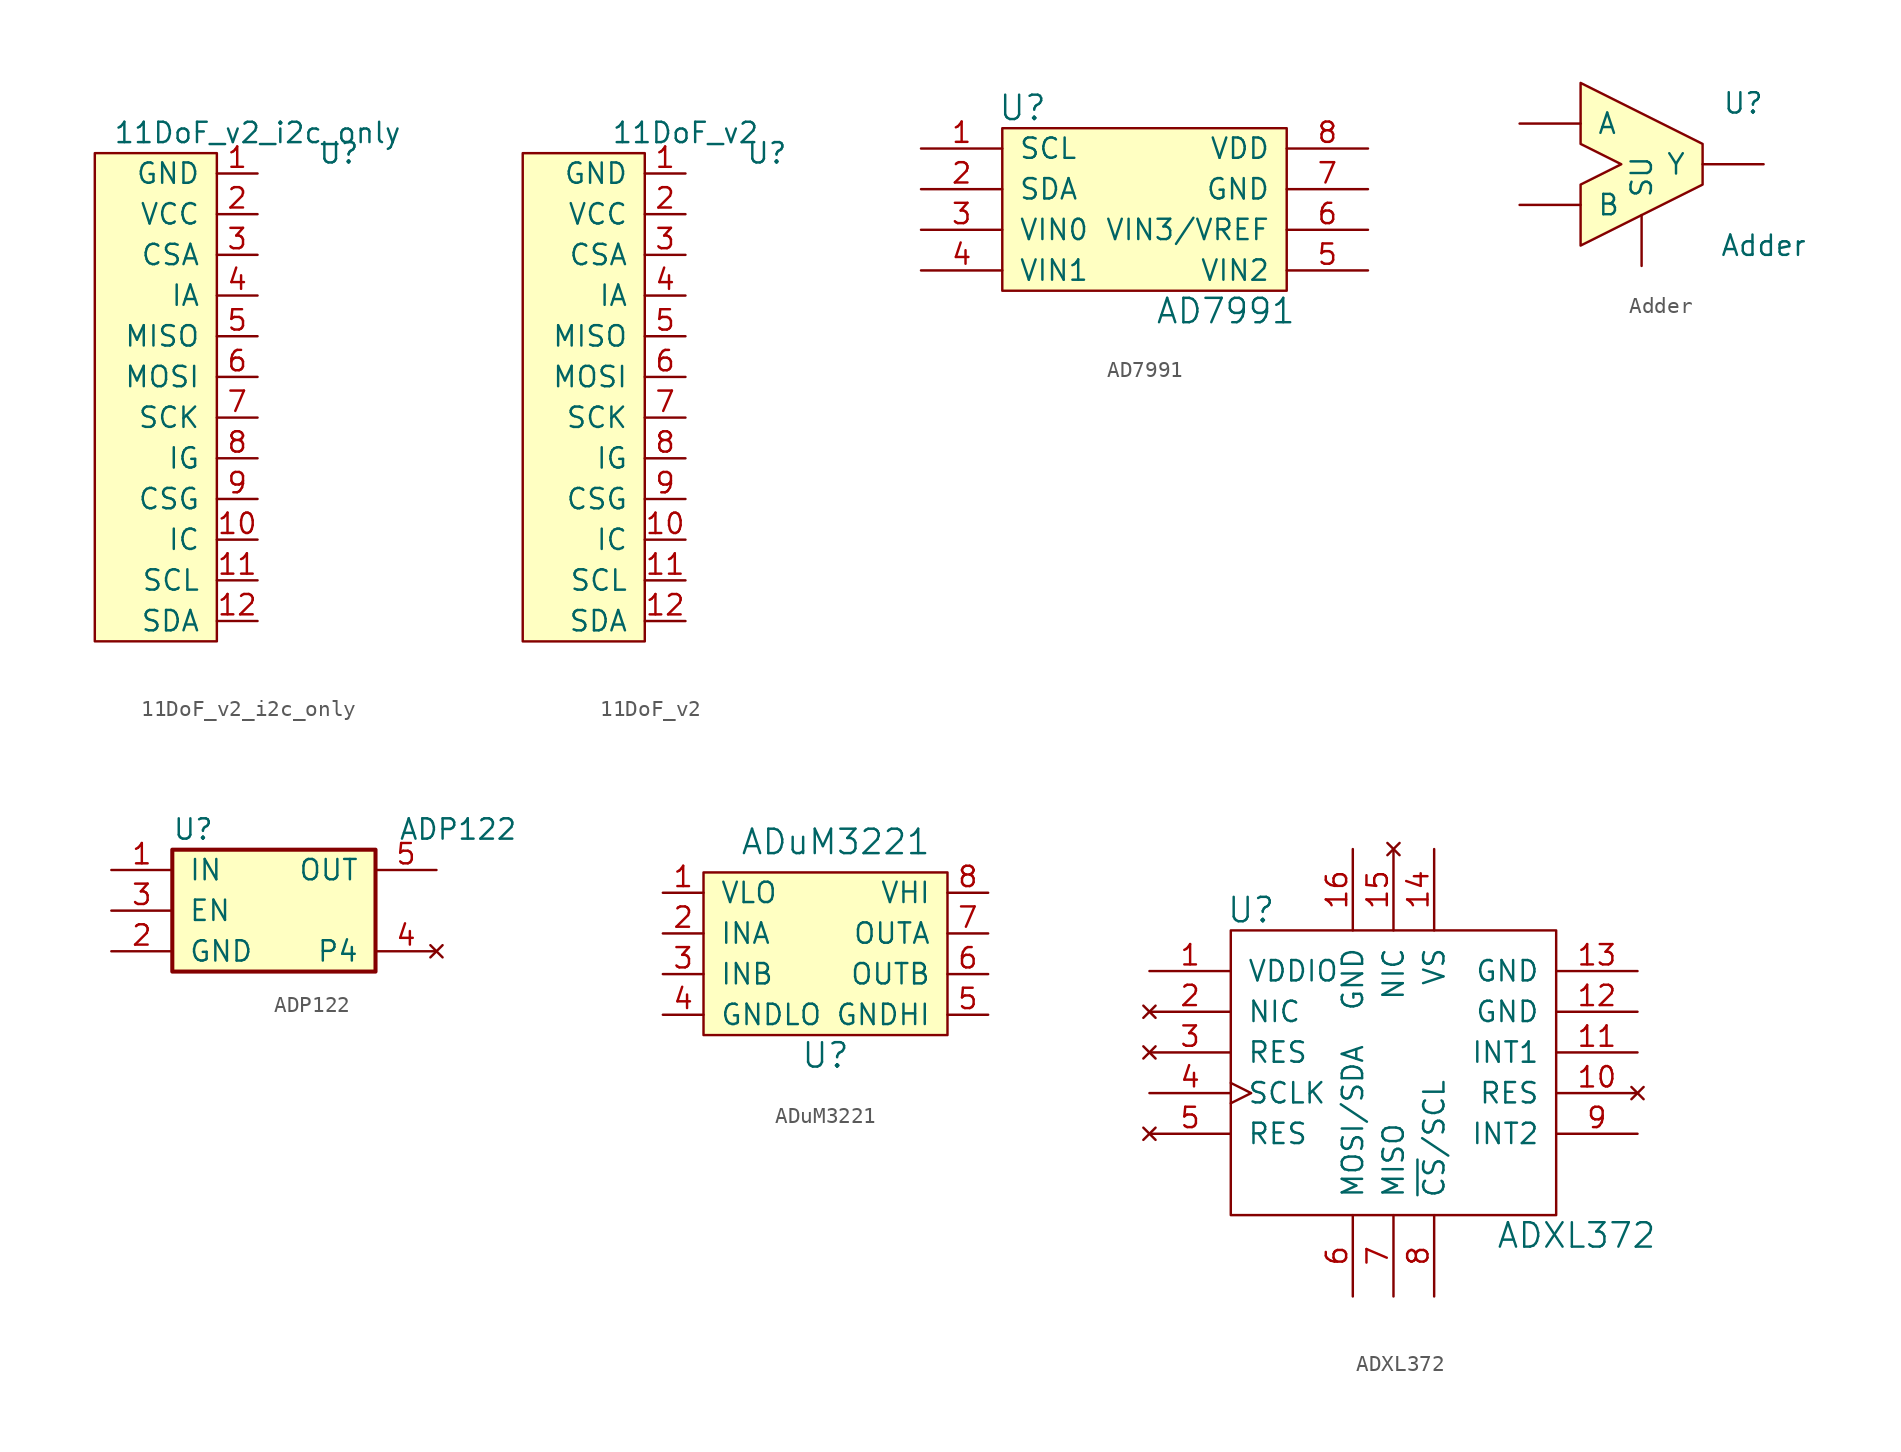
<source format=kicad_sym>
(kicad_symbol_lib
  (version 20211014)
  (generator kicad_symbol_editor)
  (symbol "11DoF_v2_i2c_only"
    (pin_names
      (offset 1.016))
    (property "Reference" "U"
      (at 5.08 1.27 0)
      (effects (font (size 1.27 1.27))))
    (property "Value" "11DoF_v2_i2c_only"
      (at 0 2.54 0)
      (effects (font (size 1.27 1.27))))
    (symbol "11DoF_v2_i2c_only_0_1"
      (rectangle (start -2.54 1.27) (end -10.16 -29.21) (stroke (width 0) (type default) (color 0 0 0 0)) (fill (type background))))
    (symbol "11DoF_v2_i2c_only_1_1"
      (pin power_in line (at 0 0 180) (length 2.54) (name "GND" (effects (font (size 1.27 1.27)))) (number "1" (effects (font (size 1.27 1.27)))))
      (pin output line (at 0 -22.86 180) (length 2.54) (name "IC" (effects (font (size 1.27 1.27)))) (number "10" (effects (font (size 1.27 1.27)))))
      (pin open_collector line (at 0 -25.4 180) (length 2.54) (name "SCL" (effects (font (size 1.27 1.27)))) (number "11" (effects (font (size 1.27 1.27)))))
      (pin open_collector line (at 0 -27.94 180) (length 2.54) (name "SDA" (effects (font (size 1.27 1.27)))) (number "12" (effects (font (size 1.27 1.27)))))
      (pin power_in line (at 0 -2.54 180) (length 2.54) (name "VCC" (effects (font (size 1.27 1.27)))) (number "2" (effects (font (size 1.27 1.27)))))
      (pin passive line (at 0 -5.08 180) (length 2.54) (name "CSA" (effects (font (size 1.27 1.27)))) (number "3" (effects (font (size 1.27 1.27)))))
      (pin passive line (at 0 -7.62 180) (length 2.54) (name "IA" (effects (font (size 1.27 1.27)))) (number "4" (effects (font (size 1.27 1.27)))))
      (pin passive line (at 0 -10.16 180) (length 2.54) (name "MISO" (effects (font (size 1.27 1.27)))) (number "5" (effects (font (size 1.27 1.27)))))
      (pin passive line (at 0 -12.7 180) (length 2.54) (name "MOSI" (effects (font (size 1.27 1.27)))) (number "6" (effects (font (size 1.27 1.27)))))
      (pin passive line (at 0 -15.24 180) (length 2.54) (name "SCK" (effects (font (size 1.27 1.27)))) (number "7" (effects (font (size 1.27 1.27)))))
      (pin passive line (at 0 -17.78 180) (length 2.54) (name "IG" (effects (font (size 1.27 1.27)))) (number "8" (effects (font (size 1.27 1.27)))))
      (pin passive line (at 0 -20.32 180) (length 2.54) (name "CSG" (effects (font (size 1.27 1.27)))) (number "9" (effects (font (size 1.27 1.27)))))))
  (symbol "11DoF_v2"
    (pin_names
      (offset 1.016))
    (property "Reference" "U"
      (at 5.08 1.27 0)
      (effects (font (size 1.27 1.27))))
    (property "Value" "11DoF_v2"
      (at 0 2.54 0)
      (effects (font (size 1.27 1.27))))
    (symbol "11DoF_v2_0_1"
      (rectangle (start -2.54 1.27) (end -10.16 -29.21) (stroke (width 0) (type default) (color 0 0 0 0)) (fill (type background))))
    (symbol "11DoF_v2_1_1"
      (pin power_in line (at 0 0 180) (length 2.54) (name "GND" (effects (font (size 1.27 1.27)))) (number "1" (effects (font (size 1.27 1.27)))))
      (pin output line (at 0 -22.86 180) (length 2.54) (name "IC" (effects (font (size 1.27 1.27)))) (number "10" (effects (font (size 1.27 1.27)))))
      (pin open_collector line (at 0 -25.4 180) (length 2.54) (name "SCL" (effects (font (size 1.27 1.27)))) (number "11" (effects (font (size 1.27 1.27)))))
      (pin open_collector line (at 0 -27.94 180) (length 2.54) (name "SDA" (effects (font (size 1.27 1.27)))) (number "12" (effects (font (size 1.27 1.27)))))
      (pin power_in line (at 0 -2.54 180) (length 2.54) (name "VCC" (effects (font (size 1.27 1.27)))) (number "2" (effects (font (size 1.27 1.27)))))
      (pin input line (at 0 -5.08 180) (length 2.54) (name "CSA" (effects (font (size 1.27 1.27)))) (number "3" (effects (font (size 1.27 1.27)))))
      (pin output line (at 0 -7.62 180) (length 2.54) (name "IA" (effects (font (size 1.27 1.27)))) (number "4" (effects (font (size 1.27 1.27)))))
      (pin output line (at 0 -10.16 180) (length 2.54) (name "MISO" (effects (font (size 1.27 1.27)))) (number "5" (effects (font (size 1.27 1.27)))))
      (pin input line (at 0 -12.7 180) (length 2.54) (name "MOSI" (effects (font (size 1.27 1.27)))) (number "6" (effects (font (size 1.27 1.27)))))
      (pin input line (at 0 -15.24 180) (length 2.54) (name "SCK" (effects (font (size 1.27 1.27)))) (number "7" (effects (font (size 1.27 1.27)))))
      (pin output line (at 0 -17.78 180) (length 2.54) (name "IG" (effects (font (size 1.27 1.27)))) (number "8" (effects (font (size 1.27 1.27)))))
      (pin input line (at 0 -20.32 180) (length 2.54) (name "CSG" (effects (font (size 1.27 1.27)))) (number "9" (effects (font (size 1.27 1.27)))))))
  (symbol "AD7991"
    (pin_names
      (offset 1.016))
    (property "Reference" "U"
      (at 1.27 2.54 0)
      (effects (font (size 1.524 1.524))))
    (property "Value" "AD7991"
      (at 13.97 -10.16 0)
      (effects (font (size 1.524 1.524))))
    (symbol "AD7991_0_1"
      (rectangle (start 0 1.27) (end 17.78 -8.89) (stroke (width 0) (type default) (color 0 0 0 0)) (fill (type background))))
    (symbol "AD7991_1_1"
      (pin open_collector line (at -5.08 0 0) (length 5.08) (name "SCL" (effects (font (size 1.27 1.27)))) (number "1" (effects (font (size 1.27 1.27)))))
      (pin open_collector line (at -5.08 -2.54 0) (length 5.08) (name "SDA" (effects (font (size 1.27 1.27)))) (number "2" (effects (font (size 1.27 1.27)))))
      (pin input line (at -5.08 -5.08 0) (length 5.08) (name "VIN0" (effects (font (size 1.27 1.27)))) (number "3" (effects (font (size 1.27 1.27)))))
      (pin input line (at -5.08 -7.62 0) (length 5.08) (name "VIN1" (effects (font (size 1.27 1.27)))) (number "4" (effects (font (size 1.27 1.27)))))
      (pin input line (at 22.86 -7.62 180) (length 5.08) (name "VIN2" (effects (font (size 1.27 1.27)))) (number "5" (effects (font (size 1.27 1.27)))))
      (pin input line (at 22.86 -5.08 180) (length 5.08) (name "VIN3/VREF" (effects (font (size 1.27 1.27)))) (number "6" (effects (font (size 1.27 1.27)))))
      (pin power_in line (at 22.86 -2.54 180) (length 5.08) (name "GND" (effects (font (size 1.27 1.27)))) (number "7" (effects (font (size 1.27 1.27)))))
      (pin power_in line (at 22.86 0 180) (length 5.08) (name "VDD" (effects (font (size 1.27 1.27)))) (number "8" (effects (font (size 1.27 1.27)))))))
  (symbol "Adder"
    (pin_numbers hide)
    (pin_names
      (offset 1.016))
    (property "Reference" "U"
      (at 6.35 3.81 0)
      (effects (font (size 1.27 1.27))))
    (property "Value" "Adder"
      (at 7.62 -5.08 0)
      (effects (font (size 1.27 1.27))))
    (symbol "Adder_0_1"
      (polyline (pts (xy -3.81 5.08) (xy -3.81 1.27) (xy -1.27 0) (xy -3.81 -1.27) (xy -3.81 -2.54) (xy -3.81 -5.08) (xy 3.81 -1.27) (xy 3.81 1.27) (xy -3.81 5.08)) (stroke (width 0) (type default) (color 0 0 0 0)) (fill (type background))))
    (symbol "Adder_1_1"
      (pin input line (at -7.62 2.54 0) (length 3.81) (name "A" (effects (font (size 1.27 1.27)))) (number "~" (effects (font (size 1.27 1.27)))))
      (pin input line (at -7.62 -2.54 0) (length 3.81) (name "B" (effects (font (size 1.27 1.27)))) (number "~" (effects (font (size 1.27 1.27)))))
      (pin input line (at 0 -6.35 90) (length 3.175) (name "SU" (effects (font (size 1.27 1.27)))) (number "~" (effects (font (size 1.27 1.27)))))
      (pin output line (at 7.62 0 180) (length 3.81) (name "Y" (effects (font (size 1.27 1.27)))) (number "~" (effects (font (size 1.27 1.27)))))))
  (symbol "ADP122"
    (pin_names
      (offset 1.016))
    (property "Reference" "U"
      (at -6.35 5.08 0)
      (effects (font (size 1.27 1.27)) (justify left)))
    (property "Value" "ADP122"
      (at 15.24 5.08 0)
      (effects (font (size 1.27 1.27)) (justify right)))
    (symbol "ADP122_0_1"
      (rectangle (start -6.35 3.81) (end 6.35 -3.81) (stroke (width 0.254) (type default) (color 0 0 0 0)) (fill (type background))))
    (symbol "ADP122_1_1"
      (pin power_in line (at -10.16 2.54 0) (length 3.81) (name "IN" (effects (font (size 1.27 1.27)))) (number "1" (effects (font (size 1.27 1.27)))))
      (pin power_in line (at -10.16 -2.54 0) (length 3.81) (name "GND" (effects (font (size 1.27 1.27)))) (number "2" (effects (font (size 1.27 1.27)))))
      (pin input line (at -10.16 0 0) (length 3.81) (name "EN" (effects (font (size 1.27 1.27)))) (number "3" (effects (font (size 1.27 1.27)))))
      (pin no_connect line (at 10.16 -2.54 180) (length 3.81) (name "P4" (effects (font (size 1.27 1.27)))) (number "4" (effects (font (size 1.27 1.27)))))
      (pin power_out line (at 10.16 2.54 180) (length 3.81) (name "OUT" (effects (font (size 1.27 1.27)))) (number "5" (effects (font (size 1.27 1.27)))))))
  (symbol "ADuM3221"
    (pin_names
      (offset 1.016))
    (property "Reference" "U"
      (at 0 -7.62 0)
      (effects (font (size 1.524 1.524))))
    (property "Value" "ADuM3221"
      (at 0.635 5.715 0)
      (effects (font (size 1.524 1.524))))
    (symbol "ADuM3221_1_1"
      (rectangle (start -7.62 3.81) (end 7.62 -6.35) (stroke (width 0) (type default) (color 0 0 0 0)) (fill (type background)))
      (pin power_in line (at -10.16 2.54 0) (length 2.54) (name "VLO" (effects (font (size 1.27 1.27)))) (number "1" (effects (font (size 1.27 1.27)))))
      (pin input line (at -10.16 0 0) (length 2.54) (name "INA" (effects (font (size 1.27 1.27)))) (number "2" (effects (font (size 1.27 1.27)))))
      (pin input line (at -10.16 -2.54 0) (length 2.54) (name "INB" (effects (font (size 1.27 1.27)))) (number "3" (effects (font (size 1.27 1.27)))))
      (pin power_in line (at -10.16 -5.08 0) (length 2.54) (name "GNDLO" (effects (font (size 1.27 1.27)))) (number "4" (effects (font (size 1.27 1.27)))))
      (pin power_in line (at 10.16 -5.08 180) (length 2.54) (name "GNDHI" (effects (font (size 1.27 1.27)))) (number "5" (effects (font (size 1.27 1.27)))))
      (pin output line (at 10.16 -2.54 180) (length 2.54) (name "OUTB" (effects (font (size 1.27 1.27)))) (number "6" (effects (font (size 1.27 1.27)))))
      (pin output line (at 10.16 0 180) (length 2.54) (name "OUTA" (effects (font (size 1.27 1.27)))) (number "7" (effects (font (size 1.27 1.27)))))
      (pin input line (at 10.16 2.54 180) (length 2.54) (name "VHI" (effects (font (size 1.27 1.27)))) (number "8" (effects (font (size 1.27 1.27)))))))
  (symbol "ADXL372"
    (pin_names
      (offset 1.016))
    (property "Reference" "U"
      (at 1.27 3.81 0)
      (effects (font (size 1.524 1.524))))
    (property "Value" "ADXL372"
      (at 21.59 -16.51 0)
      (effects (font (size 1.524 1.524))))
    (symbol "ADXL372_0_1"
      (rectangle (start 0 2.54) (end 20.32 -15.24) (stroke (width 0) (type default) (color 0 0 0 0)) (fill (type none))))
    (symbol "ADXL372_1_1"
      (pin power_in line (at -5.08 0 0) (length 5.08) (name "VDDIO" (effects (font (size 1.27 1.27)))) (number "1" (effects (font (size 1.27 1.27)))))
      (pin no_connect line (at 25.4 -7.62 180) (length 5.08) (name "RES" (effects (font (size 1.27 1.27)))) (number "10" (effects (font (size 1.27 1.27)))))
      (pin output line (at 25.4 -5.08 180) (length 5.08) (name "INT1" (effects (font (size 1.27 1.27)))) (number "11" (effects (font (size 1.27 1.27)))))
      (pin power_in line (at 25.4 -2.54 180) (length 5.08) (name "GND" (effects (font (size 1.27 1.27)))) (number "12" (effects (font (size 1.27 1.27)))))
      (pin power_in line (at 25.4 0 180) (length 5.08) (name "GND" (effects (font (size 1.27 1.27)))) (number "13" (effects (font (size 1.27 1.27)))))
      (pin power_in line (at 12.7 7.62 270) (length 5.08) (name "VS" (effects (font (size 1.27 1.27)))) (number "14" (effects (font (size 1.27 1.27)))))
      (pin no_connect line (at 10.16 7.62 270) (length 5.08) (name "NIC" (effects (font (size 1.27 1.27)))) (number "15" (effects (font (size 1.27 1.27)))))
      (pin power_in line (at 7.62 7.62 270) (length 5.08) (name "GND" (effects (font (size 1.27 1.27)))) (number "16" (effects (font (size 1.27 1.27)))))
      (pin no_connect line (at -5.08 -2.54 0) (length 5.08) (name "NIC" (effects (font (size 1.27 1.27)))) (number "2" (effects (font (size 1.27 1.27)))))
      (pin no_connect line (at -5.08 -5.08 0) (length 5.08) (name "RES" (effects (font (size 1.27 1.27)))) (number "3" (effects (font (size 1.27 1.27)))))
      (pin input clock (at -5.08 -7.62 0) (length 5.08) (name "SCLK" (effects (font (size 1.27 1.27)))) (number "4" (effects (font (size 1.27 1.27)))))
      (pin no_connect line (at -5.08 -10.16 0) (length 5.08) (name "RES" (effects (font (size 1.27 1.27)))) (number "5" (effects (font (size 1.27 1.27)))))
      (pin open_collector line (at 7.62 -20.32 90) (length 5.08) (name "MOSI/SDA" (effects (font (size 1.27 1.27)))) (number "6" (effects (font (size 1.27 1.27)))))
      (pin bidirectional line (at 10.16 -20.32 90) (length 5.08) (name "MISO" (effects (font (size 1.27 1.27)))) (number "7" (effects (font (size 1.27 1.27)))))
      (pin open_collector line (at 12.7 -20.32 90) (length 5.08) (name "~{CS}/SCL" (effects (font (size 1.27 1.27)))) (number "8" (effects (font (size 1.27 1.27)))))
      (pin output line (at 25.4 -10.16 180) (length 5.08) (name "INT2" (effects (font (size 1.27 1.27)))) (number "9" (effects (font (size 1.27 1.27))))))))
</source>
